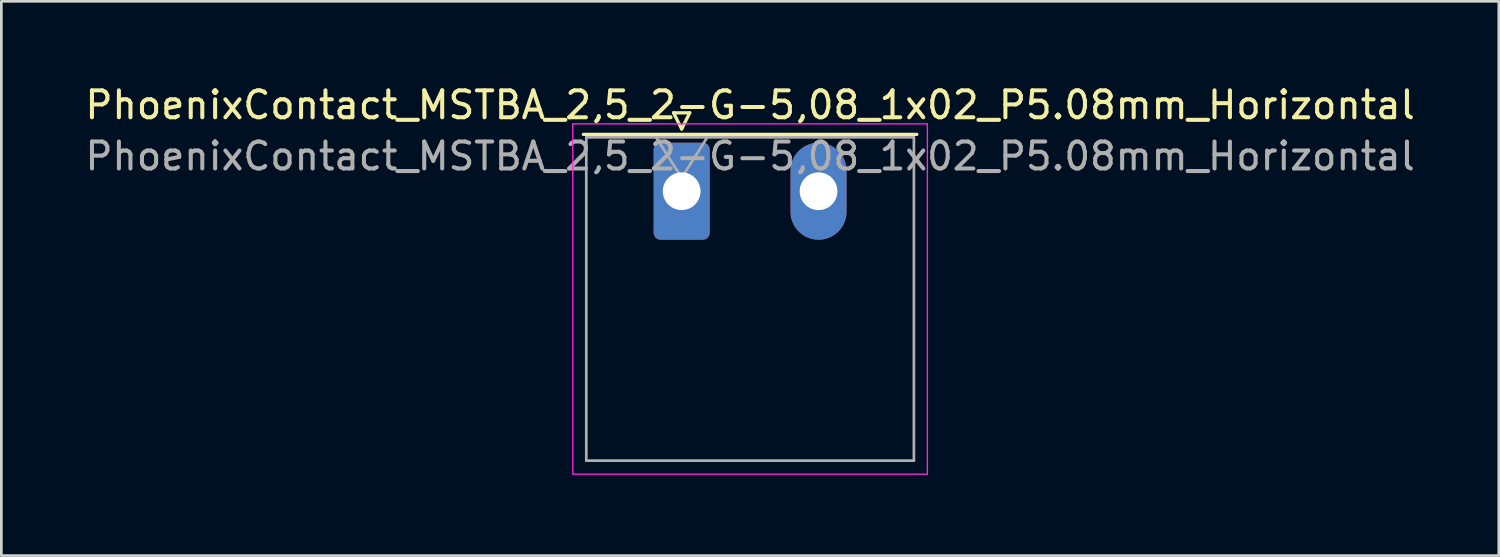
<source format=kicad_pcb>
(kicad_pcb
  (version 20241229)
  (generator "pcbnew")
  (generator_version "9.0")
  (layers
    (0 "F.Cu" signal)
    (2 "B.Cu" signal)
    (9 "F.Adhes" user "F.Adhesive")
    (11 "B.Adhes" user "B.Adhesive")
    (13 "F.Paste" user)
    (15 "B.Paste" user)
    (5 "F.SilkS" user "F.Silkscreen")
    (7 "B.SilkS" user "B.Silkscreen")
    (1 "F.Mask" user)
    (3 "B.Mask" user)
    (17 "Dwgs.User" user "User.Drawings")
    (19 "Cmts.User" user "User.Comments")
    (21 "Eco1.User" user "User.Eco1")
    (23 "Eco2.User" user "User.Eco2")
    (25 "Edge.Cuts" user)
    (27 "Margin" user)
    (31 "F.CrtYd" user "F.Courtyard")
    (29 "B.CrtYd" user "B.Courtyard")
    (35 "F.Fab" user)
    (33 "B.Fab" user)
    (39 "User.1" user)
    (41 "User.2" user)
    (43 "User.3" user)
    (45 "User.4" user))
  (footprint "PhoenixContact_MSTBA_2,5_2-G-5,08_1x02_P5.08mm_Horizontal"
    (layer "F.Cu")
    (at 22.252 4.048)
    (property "Reference" "PhoenixContact_MSTBA_2,5_2-G-5,08_1x02_P5.08mm_Horizontal" (at 2.54 -3.2 0) (layer "F.SilkS") (effects (font (size 1 1) (thickness 0.15))))
    (attr through_hole)
    (fp_line (start -0.3 -2.91) (end 0.3 -2.91) (stroke (width 0.12) (type solid)) (layer "F.SilkS"))
    (fp_line (start 0 -2.31) (end -0.3 -2.91) (stroke (width 0.12) (type solid)) (layer "F.SilkS"))
    (fp_line (start 0.3 -2.91) (end 0 -2.31) (stroke (width 0.12) (type solid)) (layer "F.SilkS"))
    (fp_line (start 8.73 -2.11) (end -3.65 -2.11) (stroke (width 0.12) (type solid)) (layer "F.SilkS"))
    (fp_line (start -4.04 -2.5) (end -4.04 10.5) (stroke (width 0.05) (type solid)) (layer "F.CrtYd"))
    (fp_line (start -4.04 10.5) (end 9.12 10.5) (stroke (width 0.05) (type solid)) (layer "F.CrtYd"))
    (fp_line (start 9.12 -2.5) (end -4.04 -2.5) (stroke (width 0.05) (type solid)) (layer "F.CrtYd"))
    (fp_line (start 9.12 10.5) (end 9.12 -2.5) (stroke (width 0.05) (type solid)) (layer "F.CrtYd"))
    (fp_line (start -3.54 -2) (end -3.54 10) (stroke (width 0.1) (type solid)) (layer "F.Fab"))
    (fp_line (start -3.54 10) (end 8.62 10) (stroke (width 0.1) (type solid)) (layer "F.Fab"))
    (fp_line (start 0 -0.5) (end -0.95 -2) (stroke (width 0.1) (type solid)) (layer "F.Fab"))
    (fp_line (start 0.95 -2) (end 0 -0.5) (stroke (width 0.1) (type solid)) (layer "F.Fab"))
    (fp_line (start 8.62 -2) (end -3.54 -2) (stroke (width 0.1) (type solid)) (layer "F.Fab"))
    (fp_line (start 8.62 10) (end 8.62 -2) (stroke (width 0.1) (type solid)) (layer "F.Fab"))
    (fp_text user "${REFERENCE}" (at 2.54 -1.3 0) (layer "F.Fab") (effects (font (size 1 1) (thickness 0.15))))
    (pad "1" thru_hole roundrect (at 0 0) (size 2.08 3.6) (drill 1.4) (layers "*.Cu" "*.Mask") (roundrect_rratio 0.12))
    (pad "2" thru_hole oval (at 5.08 0) (size 2.08 3.6) (drill 1.4) (layers "*.Cu" "*.Mask")))
  (gr_rect
    (start -3 -3)
    (end 52.583 17.573)
    (stroke (width 0.1) (type default))
    (fill no)
    (layer "Edge.Cuts")))
</source>
